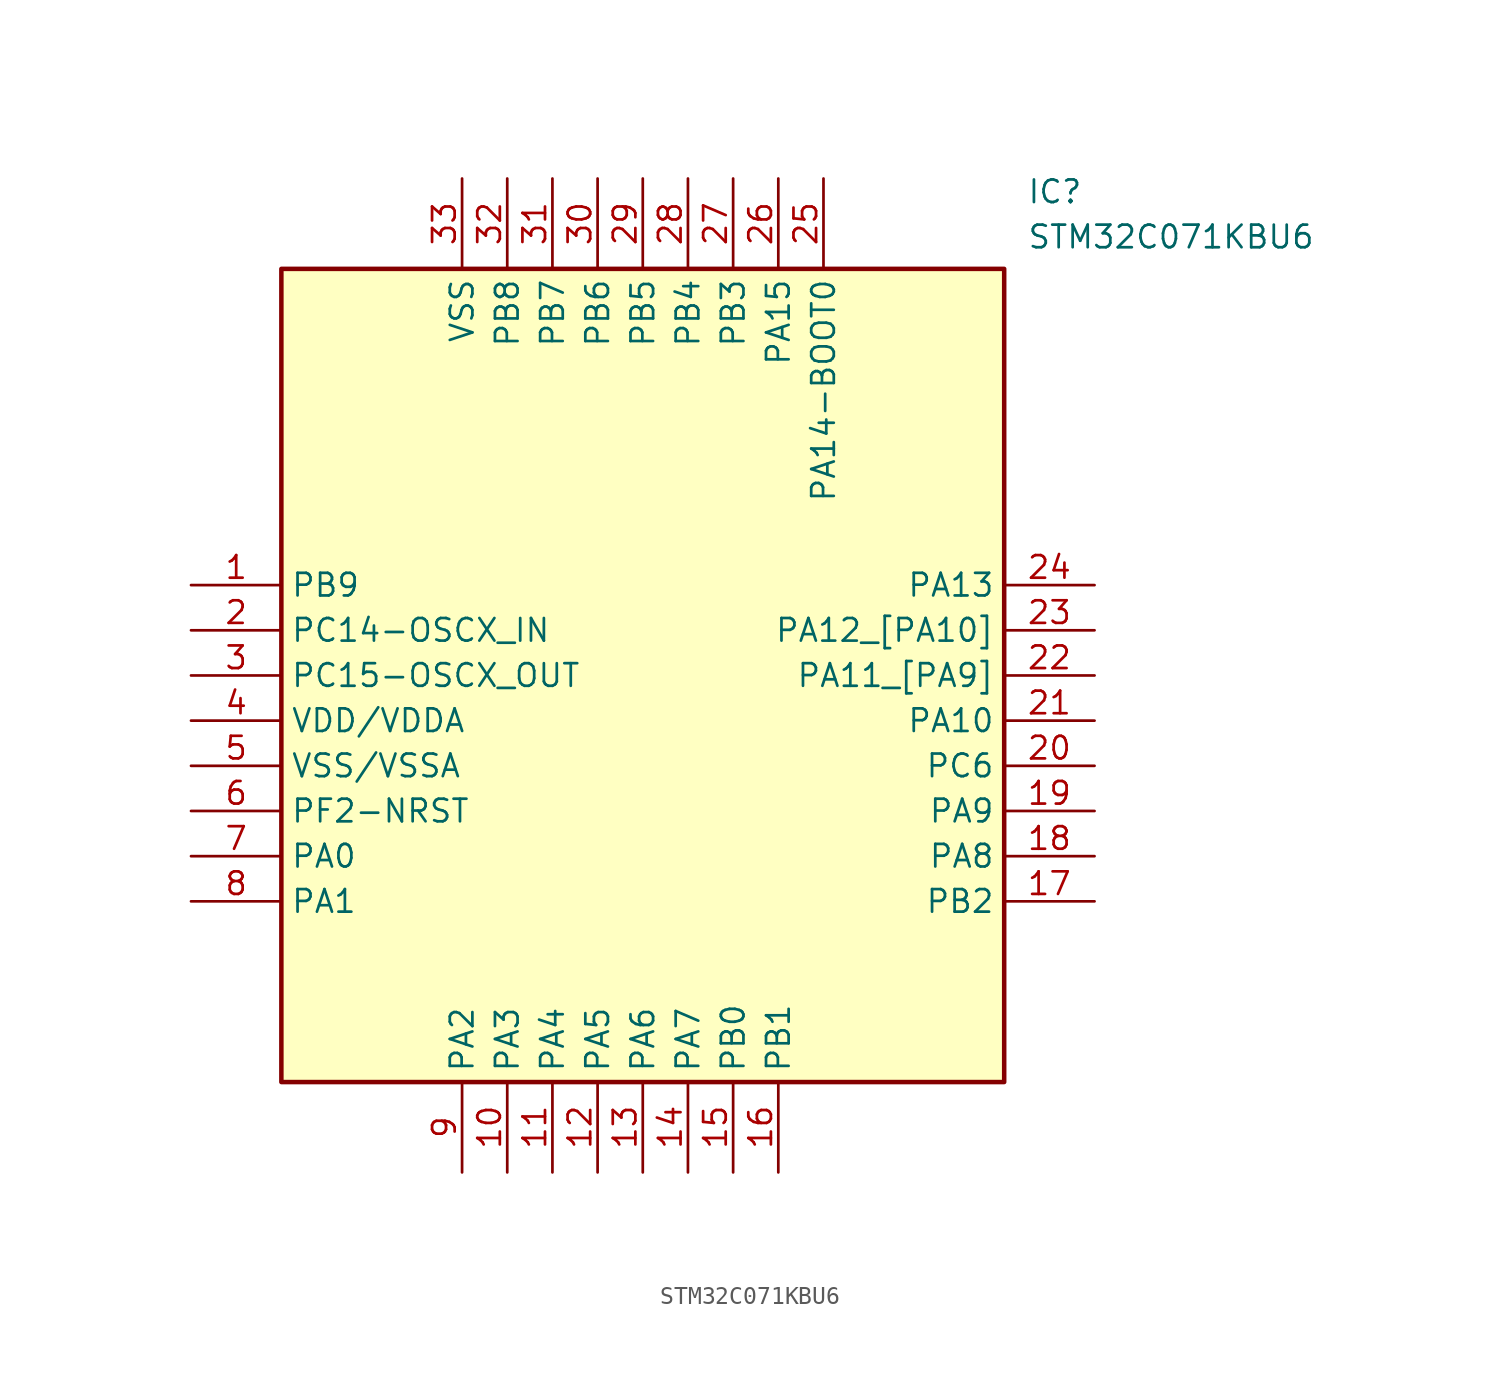
<source format=kicad_sym>
(kicad_symbol_lib
  (version 20211014)
  (generator SamacSys_ECAD_Model)
  (symbol "STM32C071KBU6"
    (property "Reference" "IC"
      (at 46.99 22.86 0)
      (effects (font (size 1.27 1.27)) (justify left top)))
    (property "Value" "STM32C071KBU6"
      (at 46.99 20.32 0)
      (effects (font (size 1.27 1.27)) (justify left top)))
    (rectangle
      (start 5.08 17.78)
      (end 45.72 -27.94)
      (stroke (width 0.254) (type default))
      (fill (type background)))
    (pin passive line
      (at 0 0 0)
      (length 5.08)
      (name "PB9" (effects (font (size 1.27 1.27))))
      (number "1" (effects (font (size 1.27 1.27)))))
    (pin passive line
      (at 0 -2.54 0)
      (length 5.08)
      (name "PC14-OSCX_IN" (effects (font (size 1.27 1.27))))
      (number "2" (effects (font (size 1.27 1.27)))))
    (pin passive line
      (at 0 -5.08 0)
      (length 5.08)
      (name "PC15-OSCX_OUT" (effects (font (size 1.27 1.27))))
      (number "3" (effects (font (size 1.27 1.27)))))
    (pin passive line
      (at 0 -7.62 0)
      (length 5.08)
      (name "VDD/VDDA" (effects (font (size 1.27 1.27))))
      (number "4" (effects (font (size 1.27 1.27)))))
    (pin passive line
      (at 0 -10.16 0)
      (length 5.08)
      (name "VSS/VSSA" (effects (font (size 1.27 1.27))))
      (number "5" (effects (font (size 1.27 1.27)))))
    (pin passive line
      (at 0 -12.7 0)
      (length 5.08)
      (name "PF2-NRST" (effects (font (size 1.27 1.27))))
      (number "6" (effects (font (size 1.27 1.27)))))
    (pin passive line
      (at 0 -15.24 0)
      (length 5.08)
      (name "PA0" (effects (font (size 1.27 1.27))))
      (number "7" (effects (font (size 1.27 1.27)))))
    (pin passive line
      (at 0 -17.78 0)
      (length 5.08)
      (name "PA1" (effects (font (size 1.27 1.27))))
      (number "8" (effects (font (size 1.27 1.27)))))
    (pin passive line
      (at 15.24 -33.02 90)
      (length 5.08)
      (name "PA2" (effects (font (size 1.27 1.27))))
      (number "9" (effects (font (size 1.27 1.27)))))
    (pin passive line
      (at 17.78 -33.02 90)
      (length 5.08)
      (name "PA3" (effects (font (size 1.27 1.27))))
      (number "10" (effects (font (size 1.27 1.27)))))
    (pin passive line
      (at 20.32 -33.02 90)
      (length 5.08)
      (name "PA4" (effects (font (size 1.27 1.27))))
      (number "11" (effects (font (size 1.27 1.27)))))
    (pin passive line
      (at 22.86 -33.02 90)
      (length 5.08)
      (name "PA5" (effects (font (size 1.27 1.27))))
      (number "12" (effects (font (size 1.27 1.27)))))
    (pin passive line
      (at 25.4 -33.02 90)
      (length 5.08)
      (name "PA6" (effects (font (size 1.27 1.27))))
      (number "13" (effects (font (size 1.27 1.27)))))
    (pin passive line
      (at 27.94 -33.02 90)
      (length 5.08)
      (name "PA7" (effects (font (size 1.27 1.27))))
      (number "14" (effects (font (size 1.27 1.27)))))
    (pin passive line
      (at 30.48 -33.02 90)
      (length 5.08)
      (name "PB0" (effects (font (size 1.27 1.27))))
      (number "15" (effects (font (size 1.27 1.27)))))
    (pin passive line
      (at 33.02 -33.02 90)
      (length 5.08)
      (name "PB1" (effects (font (size 1.27 1.27))))
      (number "16" (effects (font (size 1.27 1.27)))))
    (pin passive line
      (at 50.8 0 180)
      (length 5.08)
      (name "PA13" (effects (font (size 1.27 1.27))))
      (number "24" (effects (font (size 1.27 1.27)))))
    (pin passive line
      (at 50.8 -2.54 180)
      (length 5.08)
      (name "PA12_[PA10]" (effects (font (size 1.27 1.27))))
      (number "23" (effects (font (size 1.27 1.27)))))
    (pin passive line
      (at 50.8 -5.08 180)
      (length 5.08)
      (name "PA11_[PA9]" (effects (font (size 1.27 1.27))))
      (number "22" (effects (font (size 1.27 1.27)))))
    (pin passive line
      (at 50.8 -7.62 180)
      (length 5.08)
      (name "PA10" (effects (font (size 1.27 1.27))))
      (number "21" (effects (font (size 1.27 1.27)))))
    (pin passive line
      (at 50.8 -10.16 180)
      (length 5.08)
      (name "PC6" (effects (font (size 1.27 1.27))))
      (number "20" (effects (font (size 1.27 1.27)))))
    (pin passive line
      (at 50.8 -12.7 180)
      (length 5.08)
      (name "PA9" (effects (font (size 1.27 1.27))))
      (number "19" (effects (font (size 1.27 1.27)))))
    (pin passive line
      (at 50.8 -15.24 180)
      (length 5.08)
      (name "PA8" (effects (font (size 1.27 1.27))))
      (number "18" (effects (font (size 1.27 1.27)))))
    (pin passive line
      (at 50.8 -17.78 180)
      (length 5.08)
      (name "PB2" (effects (font (size 1.27 1.27))))
      (number "17" (effects (font (size 1.27 1.27)))))
    (pin passive line
      (at 15.24 22.86 270)
      (length 5.08)
      (name "VSS" (effects (font (size 1.27 1.27))))
      (number "33" (effects (font (size 1.27 1.27)))))
    (pin passive line
      (at 17.78 22.86 270)
      (length 5.08)
      (name "PB8" (effects (font (size 1.27 1.27))))
      (number "32" (effects (font (size 1.27 1.27)))))
    (pin passive line
      (at 20.32 22.86 270)
      (length 5.08)
      (name "PB7" (effects (font (size 1.27 1.27))))
      (number "31" (effects (font (size 1.27 1.27)))))
    (pin passive line
      (at 22.86 22.86 270)
      (length 5.08)
      (name "PB6" (effects (font (size 1.27 1.27))))
      (number "30" (effects (font (size 1.27 1.27)))))
    (pin passive line
      (at 25.4 22.86 270)
      (length 5.08)
      (name "PB5" (effects (font (size 1.27 1.27))))
      (number "29" (effects (font (size 1.27 1.27)))))
    (pin passive line
      (at 27.94 22.86 270)
      (length 5.08)
      (name "PB4" (effects (font (size 1.27 1.27))))
      (number "28" (effects (font (size 1.27 1.27)))))
    (pin passive line
      (at 30.48 22.86 270)
      (length 5.08)
      (name "PB3" (effects (font (size 1.27 1.27))))
      (number "27" (effects (font (size 1.27 1.27)))))
    (pin passive line
      (at 33.02 22.86 270)
      (length 5.08)
      (name "PA15" (effects (font (size 1.27 1.27))))
      (number "26" (effects (font (size 1.27 1.27)))))
    (pin passive line
      (at 35.56 22.86 270)
      (length 5.08)
      (name "PA14-BOOT0" (effects (font (size 1.27 1.27))))
      (number "25" (effects (font (size 1.27 1.27)))))))
</source>
